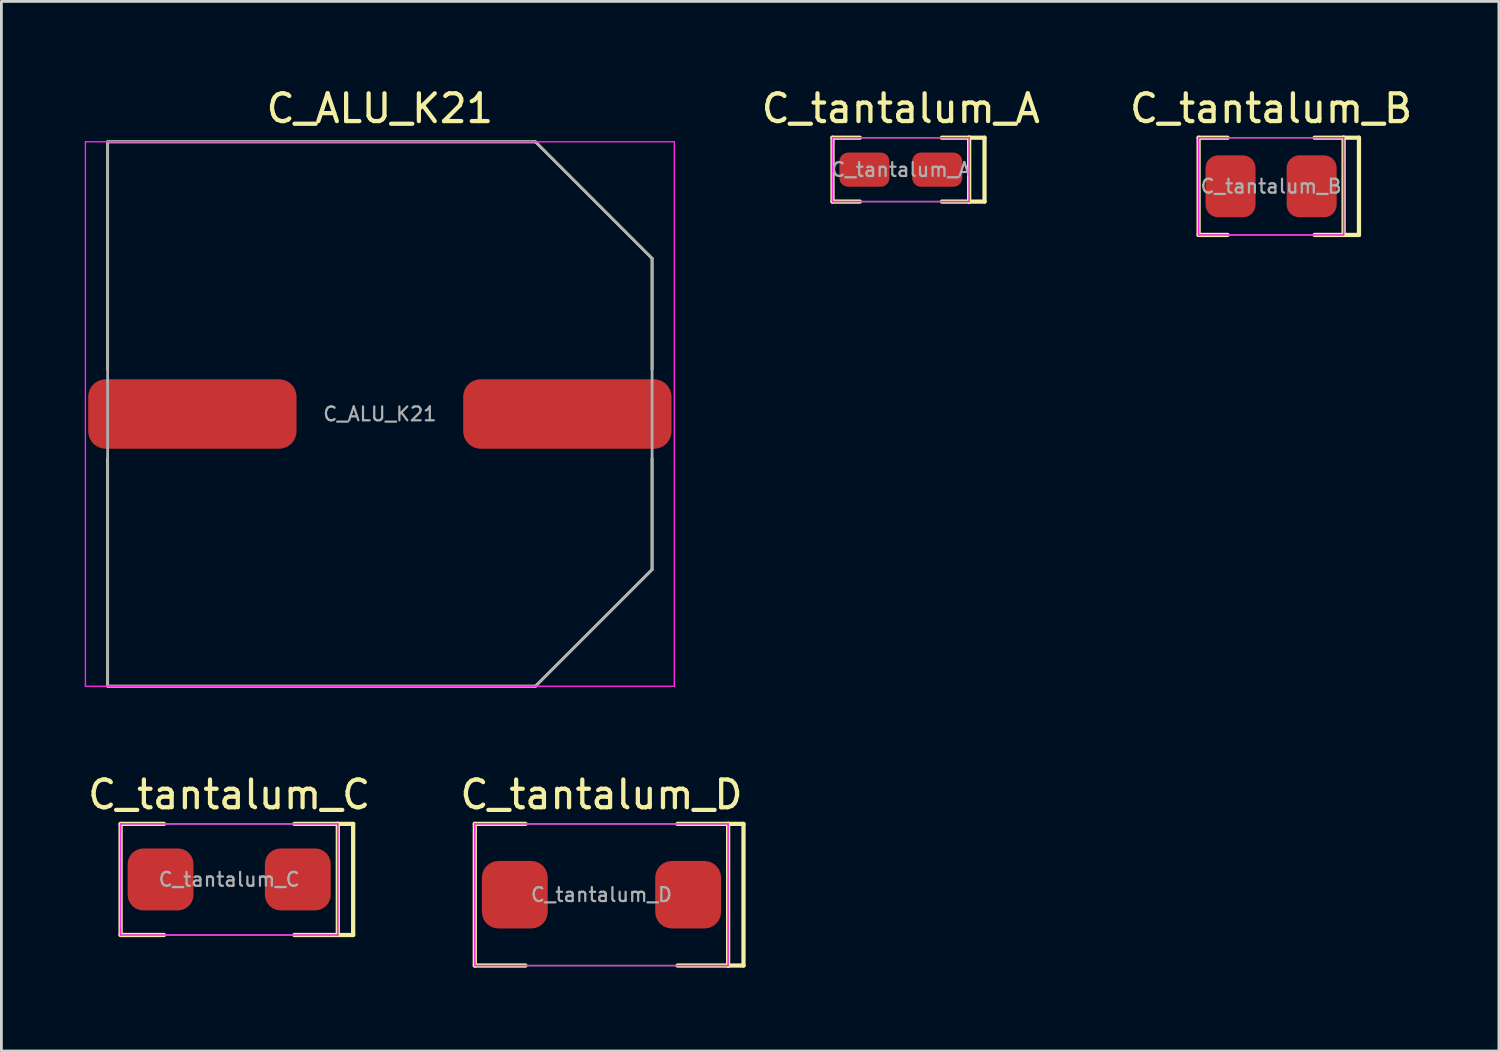
<source format=kicad_pcb>
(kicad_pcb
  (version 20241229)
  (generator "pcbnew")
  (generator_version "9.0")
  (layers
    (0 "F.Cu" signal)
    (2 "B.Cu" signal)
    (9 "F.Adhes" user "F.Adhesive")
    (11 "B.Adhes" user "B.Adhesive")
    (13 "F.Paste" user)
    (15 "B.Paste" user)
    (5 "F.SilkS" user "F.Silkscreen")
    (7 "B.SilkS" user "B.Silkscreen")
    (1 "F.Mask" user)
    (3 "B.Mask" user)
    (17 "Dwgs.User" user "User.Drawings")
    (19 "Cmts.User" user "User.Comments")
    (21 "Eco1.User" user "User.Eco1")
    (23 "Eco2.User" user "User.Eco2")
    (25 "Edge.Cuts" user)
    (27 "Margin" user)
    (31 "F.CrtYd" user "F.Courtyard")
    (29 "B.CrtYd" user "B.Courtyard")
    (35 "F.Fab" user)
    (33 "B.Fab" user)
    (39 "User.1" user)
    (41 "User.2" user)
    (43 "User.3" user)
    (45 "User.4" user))
  (footprint "C_ALU_K21"
    (layer "F.Cu")
    (at 10.625 11.854)
    (property "Reference" "C_ALU_K21" (at 0 -11 0) (layer "F.SilkS") (effects (font (size 1 1) (thickness 0.153))))
    (attr smd)
    (fp_line (start -9.8 -9.8) (end -9.8 -1.6) (stroke (width 0.1) (type default)) (layer "F.SilkS"))
    (fp_line (start -9.8 -9.8) (end 5.6 -9.8) (stroke (width 0.1) (type default)) (layer "F.SilkS"))
    (fp_line (start -9.8 1.6) (end -9.8 9.8) (stroke (width 0.1) (type default)) (layer "F.SilkS"))
    (fp_line (start -9.8 9.8) (end 5.6 9.8) (stroke (width 0.1) (type default)) (layer "F.SilkS"))
    (fp_line (start 5.6 9.8) (end 9.8 5.6) (stroke (width 0.1) (type default)) (layer "F.SilkS"))
    (fp_line (start 9.8 -5.6) (end 5.6 -9.8) (stroke (width 0.1) (type default)) (layer "F.SilkS"))
    (fp_line (start 9.8 -5.6) (end 9.8 -1.6) (stroke (width 0.1) (type default)) (layer "F.SilkS"))
    (fp_line (start 9.8 1.6) (end 9.8 5.6) (stroke (width 0.1) (type default)) (layer "F.SilkS"))
    (fp_line (start -10.6 -9.8) (end 10.6 -9.8) (stroke (width 0.05) (type default)) (layer "F.CrtYd"))
    (fp_line (start -10.6 9.8) (end -10.6 -9.8) (stroke (width 0.05) (type default)) (layer "F.CrtYd"))
    (fp_line (start 10.6 -9.8) (end 10.6 9.8) (stroke (width 0.05) (type default)) (layer "F.CrtYd"))
    (fp_line (start 10.6 9.8) (end -10.6 9.8) (stroke (width 0.05) (type default)) (layer "F.CrtYd"))
    (fp_line (start -9.8 -9.8) (end -9.8 9.8) (stroke (width 0.1) (type default)) (layer "F.Fab"))
    (fp_line (start 5.6 -9.8) (end -9.8 -9.8) (stroke (width 0.1) (type default)) (layer "F.Fab"))
    (fp_line (start 5.6 9.8) (end -9.8 9.8) (stroke (width 0.1) (type default)) (layer "F.Fab"))
    (fp_line (start 5.6 9.8) (end 9.8 5.6) (stroke (width 0.1) (type default)) (layer "F.Fab"))
    (fp_line (start 9.8 -5.6) (end 5.6 -9.8) (stroke (width 0.1) (type default)) (layer "F.Fab"))
    (fp_line (start 9.8 5.6) (end 9.8 -5.6) (stroke (width 0.1) (type default)) (layer "F.Fab"))
    (fp_text user "${REFERENCE}" (at 0 0 0) (layer "F.Fab") (effects (font (size 0.5 0.5) (thickness 0.08))))
    (pad "N" smd roundrect (at -6.75 0) (size 7.5 2.5) (layers "F.Cu" "F.Mask" "F.Paste") (roundrect_rratio 0.25))
    (pad "P" smd roundrect (at 6.75 0) (size 7.5 2.5) (layers "F.Cu" "F.Mask" "F.Paste") (roundrect_rratio 0.25)))
  (footprint "C_tantalum_D"
    (layer "F.Cu")
    (at 18.603 29.16)
    (property "Reference" "C_tantalum_D" (at 0 -3.603 0) (layer "F.SilkS") (effects (font (size 1 1) (thickness 0.153))))
    (attr smd)
    (fp_line (start -4.56 -2.55) (end -4.56 2.55) (stroke (width 0.153) (type default)) (layer "F.SilkS"))
    (fp_line (start -4.56 -2.55) (end -2.736 -2.55) (stroke (width 0.153) (type default)) (layer "F.SilkS"))
    (fp_line (start -4.56 2.55) (end -2.736 2.55) (stroke (width 0.153) (type default)) (layer "F.SilkS"))
    (fp_line (start 4.56 -2.55) (end 2.736 -2.55) (stroke (width 0.153) (type default)) (layer "F.SilkS"))
    (fp_line (start 4.56 -2.55) (end 4.56 2.55) (stroke (width 0.153) (type default)) (layer "F.SilkS"))
    (fp_line (start 4.56 -2.55) (end 5.113 -2.55) (stroke (width 0.153) (type default)) (layer "F.SilkS"))
    (fp_line (start 4.56 2.55) (end 2.736 2.55) (stroke (width 0.153) (type default)) (layer "F.SilkS"))
    (fp_line (start 4.56 2.55) (end 5.113 2.55) (stroke (width 0.153) (type default)) (layer "F.SilkS"))
    (fp_line (start 5.113 -2.55) (end 5.113 2.55) (stroke (width 0.153) (type default)) (layer "F.SilkS"))
    (fp_line (start -4.56 -2.55) (end 4.56 -2.55) (stroke (width 0.05) (type default)) (layer "F.CrtYd"))
    (fp_line (start -4.56 2.55) (end -4.56 -2.55) (stroke (width 0.05) (type default)) (layer "F.CrtYd"))
    (fp_line (start 4.56 -2.55) (end 4.56 2.55) (stroke (width 0.05) (type default)) (layer "F.CrtYd"))
    (fp_line (start 4.56 2.55) (end -4.56 2.55) (stroke (width 0.05) (type default)) (layer "F.CrtYd"))
    (fp_line (start -4.56 -2.55) (end 4.56 -2.55) (stroke (width 0.05) (type default)) (layer "F.Fab"))
    (fp_line (start -4.56 2.55) (end -4.56 -2.55) (stroke (width 0.05) (type default)) (layer "F.Fab"))
    (fp_line (start 4.56 -2.55) (end 4.56 2.55) (stroke (width 0.05) (type default)) (layer "F.Fab"))
    (fp_line (start 4.56 2.55) (end -4.56 2.55) (stroke (width 0.05) (type default)) (layer "F.Fab"))
    (fp_text user "${REFERENCE}" (at 0 0 0) (layer "F.Fab") (effects (font (size 0.5 0.5) (thickness 0.08))))
    (pad "N" smd roundrect (at -3.12 0) (size 2.37 2.43) (layers "F.Cu" "F.Mask" "F.Paste") (roundrect_rratio 0.25))
    (pad "P" smd roundrect (at 3.12 0) (size 2.37 2.43) (layers "F.Cu" "F.Mask" "F.Paste") (roundrect_rratio 0.25)))
  (footprint "C_tantalum_B"
    (layer "F.Cu")
    (at 42.71 3.657)
    (property "Reference" "C_tantalum_B" (at 0 -2.803 0) (layer "F.SilkS") (effects (font (size 1 1) (thickness 0.153))))
    (attr smd)
    (fp_line (start -2.61 -1.75) (end -2.61 1.75) (stroke (width 0.153) (type default)) (layer "F.SilkS"))
    (fp_line (start -2.61 -1.75) (end -1.566 -1.75) (stroke (width 0.153) (type default)) (layer "F.SilkS"))
    (fp_line (start -2.61 1.75) (end -1.566 1.75) (stroke (width 0.153) (type default)) (layer "F.SilkS"))
    (fp_line (start 2.61 -1.75) (end 1.566 -1.75) (stroke (width 0.153) (type default)) (layer "F.SilkS"))
    (fp_line (start 2.61 -1.75) (end 2.61 1.75) (stroke (width 0.153) (type default)) (layer "F.SilkS"))
    (fp_line (start 2.61 -1.75) (end 3.163 -1.75) (stroke (width 0.153) (type default)) (layer "F.SilkS"))
    (fp_line (start 2.61 1.75) (end 1.566 1.75) (stroke (width 0.153) (type default)) (layer "F.SilkS"))
    (fp_line (start 2.61 1.75) (end 3.163 1.75) (stroke (width 0.153) (type default)) (layer "F.SilkS"))
    (fp_line (start 3.163 -1.75) (end 3.163 1.75) (stroke (width 0.153) (type default)) (layer "F.SilkS"))
    (fp_line (start -2.61 -1.75) (end 2.61 -1.75) (stroke (width 0.05) (type default)) (layer "F.CrtYd"))
    (fp_line (start -2.61 1.75) (end -2.61 -1.75) (stroke (width 0.05) (type default)) (layer "F.CrtYd"))
    (fp_line (start 2.61 -1.75) (end 2.61 1.75) (stroke (width 0.05) (type default)) (layer "F.CrtYd"))
    (fp_line (start 2.61 1.75) (end -2.61 1.75) (stroke (width 0.05) (type default)) (layer "F.CrtYd"))
    (fp_line (start -2.61 -1.75) (end 2.61 -1.75) (stroke (width 0.05) (type default)) (layer "F.Fab"))
    (fp_line (start -2.61 1.75) (end -2.61 -1.75) (stroke (width 0.05) (type default)) (layer "F.Fab"))
    (fp_line (start 2.61 -1.75) (end 2.61 1.75) (stroke (width 0.05) (type default)) (layer "F.Fab"))
    (fp_line (start 2.61 1.75) (end -2.61 1.75) (stroke (width 0.05) (type default)) (layer "F.Fab"))
    (fp_text user "${REFERENCE}" (at 0 0 0) (layer "F.Fab") (effects (font (size 0.5 0.5) (thickness 0.08))))
    (pad "N" smd roundrect (at -1.46 0) (size 1.8 2.23) (layers "F.Cu" "F.Mask" "F.Paste") (roundrect_rratio 0.25))
    (pad "P" smd roundrect (at 1.46 0) (size 1.8 2.23) (layers "F.Cu" "F.Mask" "F.Paste") (roundrect_rratio 0.25)))
  (footprint "C_tantalum_C"
    (layer "F.Cu")
    (at 5.201 28.61)
    (property "Reference" "C_tantalum_C" (at 0 -3.053 0) (layer "F.SilkS") (effects (font (size 1 1) (thickness 0.153))))
    (attr smd)
    (fp_line (start -3.91 -2) (end -3.91 2) (stroke (width 0.153) (type default)) (layer "F.SilkS"))
    (fp_line (start -3.91 -2) (end -2.346 -2) (stroke (width 0.153) (type default)) (layer "F.SilkS"))
    (fp_line (start -3.91 2) (end -2.346 2) (stroke (width 0.153) (type default)) (layer "F.SilkS"))
    (fp_line (start 3.91 -2) (end 2.346 -2) (stroke (width 0.153) (type default)) (layer "F.SilkS"))
    (fp_line (start 3.91 -2) (end 3.91 2) (stroke (width 0.153) (type default)) (layer "F.SilkS"))
    (fp_line (start 3.91 -2) (end 4.463 -2) (stroke (width 0.153) (type default)) (layer "F.SilkS"))
    (fp_line (start 3.91 2) (end 2.346 2) (stroke (width 0.153) (type default)) (layer "F.SilkS"))
    (fp_line (start 3.91 2) (end 4.463 2) (stroke (width 0.153) (type default)) (layer "F.SilkS"))
    (fp_line (start 4.463 -2) (end 4.463 2) (stroke (width 0.153) (type default)) (layer "F.SilkS"))
    (fp_line (start -3.91 -2) (end 3.91 -2) (stroke (width 0.05) (type default)) (layer "F.CrtYd"))
    (fp_line (start -3.91 2) (end -3.91 -2) (stroke (width 0.05) (type default)) (layer "F.CrtYd"))
    (fp_line (start 3.91 -2) (end 3.91 2) (stroke (width 0.05) (type default)) (layer "F.CrtYd"))
    (fp_line (start 3.91 2) (end -3.91 2) (stroke (width 0.05) (type default)) (layer "F.CrtYd"))
    (fp_line (start -3.91 -2) (end 3.91 -2) (stroke (width 0.05) (type default)) (layer "F.Fab"))
    (fp_line (start -3.91 2) (end -3.91 -2) (stroke (width 0.05) (type default)) (layer "F.Fab"))
    (fp_line (start 3.91 -2) (end 3.91 2) (stroke (width 0.05) (type default)) (layer "F.Fab"))
    (fp_line (start 3.91 2) (end -3.91 2) (stroke (width 0.05) (type default)) (layer "F.Fab"))
    (fp_text user "${REFERENCE}" (at 0 0 0) (layer "F.Fab") (effects (font (size 0.5 0.5) (thickness 0.08))))
    (pad "N" smd roundrect (at -2.47 0) (size 2.37 2.23) (layers "F.Cu" "F.Mask" "F.Paste") (roundrect_rratio 0.25))
    (pad "P" smd roundrect (at 2.47 0) (size 2.37 2.23) (layers "F.Cu" "F.Mask" "F.Paste") (roundrect_rratio 0.25)))
  (footprint "C_tantalum_A"
    (layer "F.Cu")
    (at 29.38 3.057)
    (property "Reference" "C_tantalum_A" (at 0 -2.203 0) (layer "F.SilkS") (effects (font (size 1 1) (thickness 0.153))))
    (attr smd)
    (fp_line (start -2.46 -1.15) (end -2.46 1.15) (stroke (width 0.153) (type default)) (layer "F.SilkS"))
    (fp_line (start -2.46 -1.15) (end -1.476 -1.15) (stroke (width 0.153) (type default)) (layer "F.SilkS"))
    (fp_line (start -2.46 1.15) (end -1.476 1.15) (stroke (width 0.153) (type default)) (layer "F.SilkS"))
    (fp_line (start 2.46 -1.15) (end 1.476 -1.15) (stroke (width 0.153) (type default)) (layer "F.SilkS"))
    (fp_line (start 2.46 -1.15) (end 2.46 1.15) (stroke (width 0.153) (type default)) (layer "F.SilkS"))
    (fp_line (start 2.46 -1.15) (end 3.013 -1.15) (stroke (width 0.153) (type default)) (layer "F.SilkS"))
    (fp_line (start 2.46 1.15) (end 1.476 1.15) (stroke (width 0.153) (type default)) (layer "F.SilkS"))
    (fp_line (start 2.46 1.15) (end 3.013 1.15) (stroke (width 0.153) (type default)) (layer "F.SilkS"))
    (fp_line (start 3.013 -1.15) (end 3.013 1.15) (stroke (width 0.153) (type default)) (layer "F.SilkS"))
    (fp_line (start -2.46 -1.15) (end 2.46 -1.15) (stroke (width 0.05) (type default)) (layer "F.CrtYd"))
    (fp_line (start -2.46 1.15) (end -2.46 -1.15) (stroke (width 0.05) (type default)) (layer "F.CrtYd"))
    (fp_line (start 2.46 -1.15) (end 2.46 1.15) (stroke (width 0.05) (type default)) (layer "F.CrtYd"))
    (fp_line (start 2.46 1.15) (end -2.46 1.15) (stroke (width 0.05) (type default)) (layer "F.CrtYd"))
    (fp_line (start -2.46 -1.15) (end 2.46 -1.15) (stroke (width 0.05) (type default)) (layer "F.Fab"))
    (fp_line (start -2.46 1.15) (end -2.46 -1.15) (stroke (width 0.05) (type default)) (layer "F.Fab"))
    (fp_line (start 2.46 -1.15) (end 2.46 1.15) (stroke (width 0.05) (type default)) (layer "F.Fab"))
    (fp_line (start 2.46 1.15) (end -2.46 1.15) (stroke (width 0.05) (type default)) (layer "F.Fab"))
    (fp_text user "${REFERENCE}" (at 0 0 0) (layer "F.Fab") (effects (font (size 0.5 0.5) (thickness 0.08))))
    (pad "N" smd roundrect (at -1.31 0) (size 1.8 1.23) (layers "F.Cu" "F.Mask" "F.Paste") (roundrect_rratio 0.25))
    (pad "P" smd roundrect (at 1.31 0) (size 1.8 1.23) (layers "F.Cu" "F.Mask" "F.Paste") (roundrect_rratio 0.25)))
  (gr_rect
    (start -3 -3)
    (end 50.911 34.787)
    (stroke (width 0.1) (type default))
    (fill no)
    (layer "Edge.Cuts")))
</source>
